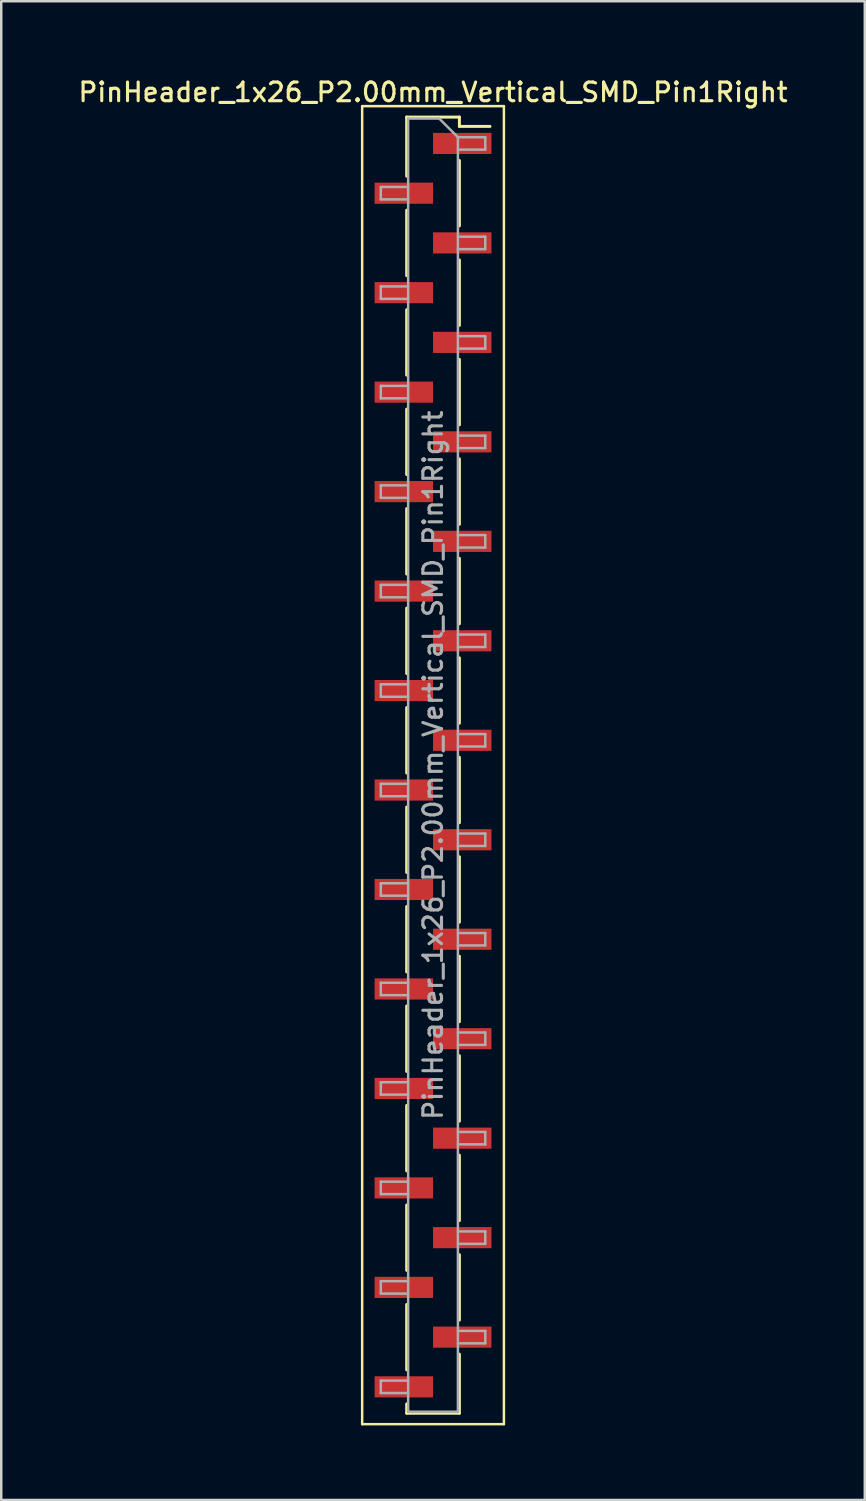
<source format=kicad_pcb>
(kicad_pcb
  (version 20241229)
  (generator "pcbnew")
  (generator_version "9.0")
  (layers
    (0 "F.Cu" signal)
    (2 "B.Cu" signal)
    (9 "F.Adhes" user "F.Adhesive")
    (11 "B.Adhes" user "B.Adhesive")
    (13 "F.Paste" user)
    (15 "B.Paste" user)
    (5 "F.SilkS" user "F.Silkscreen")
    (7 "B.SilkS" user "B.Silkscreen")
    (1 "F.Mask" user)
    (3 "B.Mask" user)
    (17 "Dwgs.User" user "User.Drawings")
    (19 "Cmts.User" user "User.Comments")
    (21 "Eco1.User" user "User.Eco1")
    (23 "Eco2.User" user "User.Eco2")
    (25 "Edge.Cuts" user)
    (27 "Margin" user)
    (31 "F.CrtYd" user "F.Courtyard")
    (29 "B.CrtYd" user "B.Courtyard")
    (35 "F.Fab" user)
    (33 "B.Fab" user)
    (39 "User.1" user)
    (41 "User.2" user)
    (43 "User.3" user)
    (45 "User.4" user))
  (footprint "PinHeader_1x26_P2.00mm_Vertical_SMD_Pin1Right"
    (layer "F.Cu")
    (at 14.363 27.718)
    (property "Reference" "PinHeader_1x26_P2.00mm_Vertical_SMD_Pin1Right" (at 0 -27.06 0) (layer "F.SilkS") (effects (font (size 0.75 0.75) (thickness 0.125))))
    (attr smd)
    (fp_line (start -2.85 -26.5) (end -2.85 26.5) (stroke (width 0.1) (type solid)) (layer "F.SilkS"))
    (fp_line (start -2.85 26.5) (end 2.85 26.5) (stroke (width 0.1) (type solid)) (layer "F.SilkS"))
    (fp_line (start -1.06 -26.06) (end -1.06 -23.685) (stroke (width 0.12) (type solid)) (layer "F.SilkS"))
    (fp_line (start -1.06 -26.06) (end 1.06 -26.06) (stroke (width 0.12) (type solid)) (layer "F.SilkS"))
    (fp_line (start -1.06 -22.315) (end -1.06 -19.685) (stroke (width 0.12) (type solid)) (layer "F.SilkS"))
    (fp_line (start -1.06 -18.315) (end -1.06 -15.685) (stroke (width 0.12) (type solid)) (layer "F.SilkS"))
    (fp_line (start -1.06 -14.315) (end -1.06 -11.685) (stroke (width 0.12) (type solid)) (layer "F.SilkS"))
    (fp_line (start -1.06 -10.315) (end -1.06 -7.685) (stroke (width 0.12) (type solid)) (layer "F.SilkS"))
    (fp_line (start -1.06 -6.315) (end -1.06 -3.685) (stroke (width 0.12) (type solid)) (layer "F.SilkS"))
    (fp_line (start -1.06 -2.315) (end -1.06 0.315) (stroke (width 0.12) (type solid)) (layer "F.SilkS"))
    (fp_line (start -1.06 1.685) (end -1.06 4.315) (stroke (width 0.12) (type solid)) (layer "F.SilkS"))
    (fp_line (start -1.06 5.685) (end -1.06 8.315) (stroke (width 0.12) (type solid)) (layer "F.SilkS"))
    (fp_line (start -1.06 9.685) (end -1.06 12.315) (stroke (width 0.12) (type solid)) (layer "F.SilkS"))
    (fp_line (start -1.06 13.685) (end -1.06 16.315) (stroke (width 0.12) (type solid)) (layer "F.SilkS"))
    (fp_line (start -1.06 17.685) (end -1.06 20.315) (stroke (width 0.12) (type solid)) (layer "F.SilkS"))
    (fp_line (start -1.06 21.685) (end -1.06 24.315) (stroke (width 0.12) (type solid)) (layer "F.SilkS"))
    (fp_line (start -1.06 25.685) (end -1.06 26.06) (stroke (width 0.12) (type solid)) (layer "F.SilkS"))
    (fp_line (start -1.06 26.06) (end 1.06 26.06) (stroke (width 0.12) (type solid)) (layer "F.SilkS"))
    (fp_line (start 1.06 -26.06) (end 1.06 -25.685) (stroke (width 0.12) (type solid)) (layer "F.SilkS"))
    (fp_line (start 1.06 -25.685) (end 2.29 -25.685) (stroke (width 0.12) (type solid)) (layer "F.SilkS"))
    (fp_line (start 1.06 -24.315) (end 1.06 -21.685) (stroke (width 0.12) (type solid)) (layer "F.SilkS"))
    (fp_line (start 1.06 -20.315) (end 1.06 -17.685) (stroke (width 0.12) (type solid)) (layer "F.SilkS"))
    (fp_line (start 1.06 -16.315) (end 1.06 -13.685) (stroke (width 0.12) (type solid)) (layer "F.SilkS"))
    (fp_line (start 1.06 -12.315) (end 1.06 -9.685) (stroke (width 0.12) (type solid)) (layer "F.SilkS"))
    (fp_line (start 1.06 -8.315) (end 1.06 -5.685) (stroke (width 0.12) (type solid)) (layer "F.SilkS"))
    (fp_line (start 1.06 -4.315) (end 1.06 -1.685) (stroke (width 0.12) (type solid)) (layer "F.SilkS"))
    (fp_line (start 1.06 -0.315) (end 1.06 2.315) (stroke (width 0.12) (type solid)) (layer "F.SilkS"))
    (fp_line (start 1.06 3.685) (end 1.06 6.315) (stroke (width 0.12) (type solid)) (layer "F.SilkS"))
    (fp_line (start 1.06 7.685) (end 1.06 10.315) (stroke (width 0.12) (type solid)) (layer "F.SilkS"))
    (fp_line (start 1.06 11.685) (end 1.06 14.315) (stroke (width 0.12) (type solid)) (layer "F.SilkS"))
    (fp_line (start 1.06 15.685) (end 1.06 18.315) (stroke (width 0.12) (type solid)) (layer "F.SilkS"))
    (fp_line (start 1.06 19.685) (end 1.06 22.315) (stroke (width 0.12) (type solid)) (layer "F.SilkS"))
    (fp_line (start 1.06 23.685) (end 1.06 26.06) (stroke (width 0.12) (type solid)) (layer "F.SilkS"))
    (fp_line (start 2.85 -26.5) (end -2.85 -26.5) (stroke (width 0.1) (type solid)) (layer "F.SilkS"))
    (fp_line (start 2.85 26.5) (end 2.85 -26.5) (stroke (width 0.1) (type solid)) (layer "F.SilkS"))
    (fp_line (start -2.1 -23.25) (end -2.1 -22.75) (stroke (width 0.1) (type solid)) (layer "F.Fab"))
    (fp_line (start -2.1 -22.75) (end -1 -22.75) (stroke (width 0.1) (type solid)) (layer "F.Fab"))
    (fp_line (start -2.1 -19.25) (end -2.1 -18.75) (stroke (width 0.1) (type solid)) (layer "F.Fab"))
    (fp_line (start -2.1 -18.75) (end -1 -18.75) (stroke (width 0.1) (type solid)) (layer "F.Fab"))
    (fp_line (start -2.1 -15.25) (end -2.1 -14.75) (stroke (width 0.1) (type solid)) (layer "F.Fab"))
    (fp_line (start -2.1 -14.75) (end -1 -14.75) (stroke (width 0.1) (type solid)) (layer "F.Fab"))
    (fp_line (start -2.1 -11.25) (end -2.1 -10.75) (stroke (width 0.1) (type solid)) (layer "F.Fab"))
    (fp_line (start -2.1 -10.75) (end -1 -10.75) (stroke (width 0.1) (type solid)) (layer "F.Fab"))
    (fp_line (start -2.1 -7.25) (end -2.1 -6.75) (stroke (width 0.1) (type solid)) (layer "F.Fab"))
    (fp_line (start -2.1 -6.75) (end -1 -6.75) (stroke (width 0.1) (type solid)) (layer "F.Fab"))
    (fp_line (start -2.1 -3.25) (end -2.1 -2.75) (stroke (width 0.1) (type solid)) (layer "F.Fab"))
    (fp_line (start -2.1 -2.75) (end -1 -2.75) (stroke (width 0.1) (type solid)) (layer "F.Fab"))
    (fp_line (start -2.1 0.75) (end -2.1 1.25) (stroke (width 0.1) (type solid)) (layer "F.Fab"))
    (fp_line (start -2.1 1.25) (end -1 1.25) (stroke (width 0.1) (type solid)) (layer "F.Fab"))
    (fp_line (start -2.1 4.75) (end -2.1 5.25) (stroke (width 0.1) (type solid)) (layer "F.Fab"))
    (fp_line (start -2.1 5.25) (end -1 5.25) (stroke (width 0.1) (type solid)) (layer "F.Fab"))
    (fp_line (start -2.1 8.75) (end -2.1 9.25) (stroke (width 0.1) (type solid)) (layer "F.Fab"))
    (fp_line (start -2.1 9.25) (end -1 9.25) (stroke (width 0.1) (type solid)) (layer "F.Fab"))
    (fp_line (start -2.1 12.75) (end -2.1 13.25) (stroke (width 0.1) (type solid)) (layer "F.Fab"))
    (fp_line (start -2.1 13.25) (end -1 13.25) (stroke (width 0.1) (type solid)) (layer "F.Fab"))
    (fp_line (start -2.1 16.75) (end -2.1 17.25) (stroke (width 0.1) (type solid)) (layer "F.Fab"))
    (fp_line (start -2.1 17.25) (end -1 17.25) (stroke (width 0.1) (type solid)) (layer "F.Fab"))
    (fp_line (start -2.1 20.75) (end -2.1 21.25) (stroke (width 0.1) (type solid)) (layer "F.Fab"))
    (fp_line (start -2.1 21.25) (end -1 21.25) (stroke (width 0.1) (type solid)) (layer "F.Fab"))
    (fp_line (start -2.1 24.75) (end -2.1 25.25) (stroke (width 0.1) (type solid)) (layer "F.Fab"))
    (fp_line (start -2.1 25.25) (end -1 25.25) (stroke (width 0.1) (type solid)) (layer "F.Fab"))
    (fp_line (start -1 -26) (end -1 26) (stroke (width 0.1) (type solid)) (layer "F.Fab"))
    (fp_line (start -1 -26) (end 0.25 -26) (stroke (width 0.1) (type solid)) (layer "F.Fab"))
    (fp_line (start -1 -23.25) (end -2.1 -23.25) (stroke (width 0.1) (type solid)) (layer "F.Fab"))
    (fp_line (start -1 -19.25) (end -2.1 -19.25) (stroke (width 0.1) (type solid)) (layer "F.Fab"))
    (fp_line (start -1 -15.25) (end -2.1 -15.25) (stroke (width 0.1) (type solid)) (layer "F.Fab"))
    (fp_line (start -1 -11.25) (end -2.1 -11.25) (stroke (width 0.1) (type solid)) (layer "F.Fab"))
    (fp_line (start -1 -7.25) (end -2.1 -7.25) (stroke (width 0.1) (type solid)) (layer "F.Fab"))
    (fp_line (start -1 -3.25) (end -2.1 -3.25) (stroke (width 0.1) (type solid)) (layer "F.Fab"))
    (fp_line (start -1 0.75) (end -2.1 0.75) (stroke (width 0.1) (type solid)) (layer "F.Fab"))
    (fp_line (start -1 4.75) (end -2.1 4.75) (stroke (width 0.1) (type solid)) (layer "F.Fab"))
    (fp_line (start -1 8.75) (end -2.1 8.75) (stroke (width 0.1) (type solid)) (layer "F.Fab"))
    (fp_line (start -1 12.75) (end -2.1 12.75) (stroke (width 0.1) (type solid)) (layer "F.Fab"))
    (fp_line (start -1 16.75) (end -2.1 16.75) (stroke (width 0.1) (type solid)) (layer "F.Fab"))
    (fp_line (start -1 20.75) (end -2.1 20.75) (stroke (width 0.1) (type solid)) (layer "F.Fab"))
    (fp_line (start -1 24.75) (end -2.1 24.75) (stroke (width 0.1) (type solid)) (layer "F.Fab"))
    (fp_line (start 1 -25.25) (end 0.25 -26) (stroke (width 0.1) (type solid)) (layer "F.Fab"))
    (fp_line (start 1 -25.25) (end 2.1 -25.25) (stroke (width 0.1) (type solid)) (layer "F.Fab"))
    (fp_line (start 1 -21.25) (end 2.1 -21.25) (stroke (width 0.1) (type solid)) (layer "F.Fab"))
    (fp_line (start 1 -17.25) (end 2.1 -17.25) (stroke (width 0.1) (type solid)) (layer "F.Fab"))
    (fp_line (start 1 -13.25) (end 2.1 -13.25) (stroke (width 0.1) (type solid)) (layer "F.Fab"))
    (fp_line (start 1 -9.25) (end 2.1 -9.25) (stroke (width 0.1) (type solid)) (layer "F.Fab"))
    (fp_line (start 1 -5.25) (end 2.1 -5.25) (stroke (width 0.1) (type solid)) (layer "F.Fab"))
    (fp_line (start 1 -1.25) (end 2.1 -1.25) (stroke (width 0.1) (type solid)) (layer "F.Fab"))
    (fp_line (start 1 2.75) (end 2.1 2.75) (stroke (width 0.1) (type solid)) (layer "F.Fab"))
    (fp_line (start 1 6.75) (end 2.1 6.75) (stroke (width 0.1) (type solid)) (layer "F.Fab"))
    (fp_line (start 1 10.75) (end 2.1 10.75) (stroke (width 0.1) (type solid)) (layer "F.Fab"))
    (fp_line (start 1 14.75) (end 2.1 14.75) (stroke (width 0.1) (type solid)) (layer "F.Fab"))
    (fp_line (start 1 18.75) (end 2.1 18.75) (stroke (width 0.1) (type solid)) (layer "F.Fab"))
    (fp_line (start 1 22.75) (end 2.1 22.75) (stroke (width 0.1) (type solid)) (layer "F.Fab"))
    (fp_line (start 1 26) (end -1 26) (stroke (width 0.1) (type solid)) (layer "F.Fab"))
    (fp_line (start 1 26) (end 1 -25.25) (stroke (width 0.1) (type solid)) (layer "F.Fab"))
    (fp_line (start 2.1 -25.25) (end 2.1 -24.75) (stroke (width 0.1) (type solid)) (layer "F.Fab"))
    (fp_line (start 2.1 -24.75) (end 1 -24.75) (stroke (width 0.1) (type solid)) (layer "F.Fab"))
    (fp_line (start 2.1 -21.25) (end 2.1 -20.75) (stroke (width 0.1) (type solid)) (layer "F.Fab"))
    (fp_line (start 2.1 -20.75) (end 1 -20.75) (stroke (width 0.1) (type solid)) (layer "F.Fab"))
    (fp_line (start 2.1 -17.25) (end 2.1 -16.75) (stroke (width 0.1) (type solid)) (layer "F.Fab"))
    (fp_line (start 2.1 -16.75) (end 1 -16.75) (stroke (width 0.1) (type solid)) (layer "F.Fab"))
    (fp_line (start 2.1 -13.25) (end 2.1 -12.75) (stroke (width 0.1) (type solid)) (layer "F.Fab"))
    (fp_line (start 2.1 -12.75) (end 1 -12.75) (stroke (width 0.1) (type solid)) (layer "F.Fab"))
    (fp_line (start 2.1 -9.25) (end 2.1 -8.75) (stroke (width 0.1) (type solid)) (layer "F.Fab"))
    (fp_line (start 2.1 -8.75) (end 1 -8.75) (stroke (width 0.1) (type solid)) (layer "F.Fab"))
    (fp_line (start 2.1 -5.25) (end 2.1 -4.75) (stroke (width 0.1) (type solid)) (layer "F.Fab"))
    (fp_line (start 2.1 -4.75) (end 1 -4.75) (stroke (width 0.1) (type solid)) (layer "F.Fab"))
    (fp_line (start 2.1 -1.25) (end 2.1 -0.75) (stroke (width 0.1) (type solid)) (layer "F.Fab"))
    (fp_line (start 2.1 -0.75) (end 1 -0.75) (stroke (width 0.1) (type solid)) (layer "F.Fab"))
    (fp_line (start 2.1 2.75) (end 2.1 3.25) (stroke (width 0.1) (type solid)) (layer "F.Fab"))
    (fp_line (start 2.1 3.25) (end 1 3.25) (stroke (width 0.1) (type solid)) (layer "F.Fab"))
    (fp_line (start 2.1 6.75) (end 2.1 7.25) (stroke (width 0.1) (type solid)) (layer "F.Fab"))
    (fp_line (start 2.1 7.25) (end 1 7.25) (stroke (width 0.1) (type solid)) (layer "F.Fab"))
    (fp_line (start 2.1 10.75) (end 2.1 11.25) (stroke (width 0.1) (type solid)) (layer "F.Fab"))
    (fp_line (start 2.1 11.25) (end 1 11.25) (stroke (width 0.1) (type solid)) (layer "F.Fab"))
    (fp_line (start 2.1 14.75) (end 2.1 15.25) (stroke (width 0.1) (type solid)) (layer "F.Fab"))
    (fp_line (start 2.1 15.25) (end 1 15.25) (stroke (width 0.1) (type solid)) (layer "F.Fab"))
    (fp_line (start 2.1 18.75) (end 2.1 19.25) (stroke (width 0.1) (type solid)) (layer "F.Fab"))
    (fp_line (start 2.1 19.25) (end 1 19.25) (stroke (width 0.1) (type solid)) (layer "F.Fab"))
    (fp_line (start 2.1 22.75) (end 2.1 23.25) (stroke (width 0.1) (type solid)) (layer "F.Fab"))
    (fp_line (start 2.1 23.25) (end 1 23.25) (stroke (width 0.1) (type solid)) (layer "F.Fab"))
    (fp_text user "${REFERENCE}" (at 0 0 90) (layer "F.Fab") (effects (font (size 0.75 0.75) (thickness 0.125))))
    (pad "1" smd rect (at 1.175 -25) (size 2.35 0.85) (layers "F.Cu" "F.Mask" "F.Paste"))
    (pad "2" smd rect (at -1.175 -23) (size 2.35 0.85) (layers "F.Cu" "F.Mask" "F.Paste"))
    (pad "3" smd rect (at 1.175 -21) (size 2.35 0.85) (layers "F.Cu" "F.Mask" "F.Paste"))
    (pad "4" smd rect (at -1.175 -19) (size 2.35 0.85) (layers "F.Cu" "F.Mask" "F.Paste"))
    (pad "5" smd rect (at 1.175 -17) (size 2.35 0.85) (layers "F.Cu" "F.Mask" "F.Paste"))
    (pad "6" smd rect (at -1.175 -15) (size 2.35 0.85) (layers "F.Cu" "F.Mask" "F.Paste"))
    (pad "7" smd rect (at 1.175 -13) (size 2.35 0.85) (layers "F.Cu" "F.Mask" "F.Paste"))
    (pad "8" smd rect (at -1.175 -11) (size 2.35 0.85) (layers "F.Cu" "F.Mask" "F.Paste"))
    (pad "9" smd rect (at 1.175 -9) (size 2.35 0.85) (layers "F.Cu" "F.Mask" "F.Paste"))
    (pad "10" smd rect (at -1.175 -7) (size 2.35 0.85) (layers "F.Cu" "F.Mask" "F.Paste"))
    (pad "11" smd rect (at 1.175 -5) (size 2.35 0.85) (layers "F.Cu" "F.Mask" "F.Paste"))
    (pad "12" smd rect (at -1.175 -3) (size 2.35 0.85) (layers "F.Cu" "F.Mask" "F.Paste"))
    (pad "13" smd rect (at 1.175 -1) (size 2.35 0.85) (layers "F.Cu" "F.Mask" "F.Paste"))
    (pad "14" smd rect (at -1.175 1) (size 2.35 0.85) (layers "F.Cu" "F.Mask" "F.Paste"))
    (pad "15" smd rect (at 1.175 3) (size 2.35 0.85) (layers "F.Cu" "F.Mask" "F.Paste"))
    (pad "16" smd rect (at -1.175 5) (size 2.35 0.85) (layers "F.Cu" "F.Mask" "F.Paste"))
    (pad "17" smd rect (at 1.175 7) (size 2.35 0.85) (layers "F.Cu" "F.Mask" "F.Paste"))
    (pad "18" smd rect (at -1.175 9) (size 2.35 0.85) (layers "F.Cu" "F.Mask" "F.Paste"))
    (pad "19" smd rect (at 1.175 11) (size 2.35 0.85) (layers "F.Cu" "F.Mask" "F.Paste"))
    (pad "20" smd rect (at -1.175 13) (size 2.35 0.85) (layers "F.Cu" "F.Mask" "F.Paste"))
    (pad "21" smd rect (at 1.175 15) (size 2.35 0.85) (layers "F.Cu" "F.Mask" "F.Paste"))
    (pad "22" smd rect (at -1.175 17) (size 2.35 0.85) (layers "F.Cu" "F.Mask" "F.Paste"))
    (pad "23" smd rect (at 1.175 19) (size 2.35 0.85) (layers "F.Cu" "F.Mask" "F.Paste"))
    (pad "24" smd rect (at -1.175 21) (size 2.35 0.85) (layers "F.Cu" "F.Mask" "F.Paste"))
    (pad "25" smd rect (at 1.175 23) (size 2.35 0.85) (layers "F.Cu" "F.Mask" "F.Paste"))
    (pad "26" smd rect (at -1.175 25) (size 2.35 0.85) (layers "F.Cu" "F.Mask" "F.Paste")))
  (gr_rect
    (start -3 -3)
    (end 31.725 57.268)
    (stroke (width 0.1) (type default))
    (fill no)
    (layer "Edge.Cuts")))
</source>
